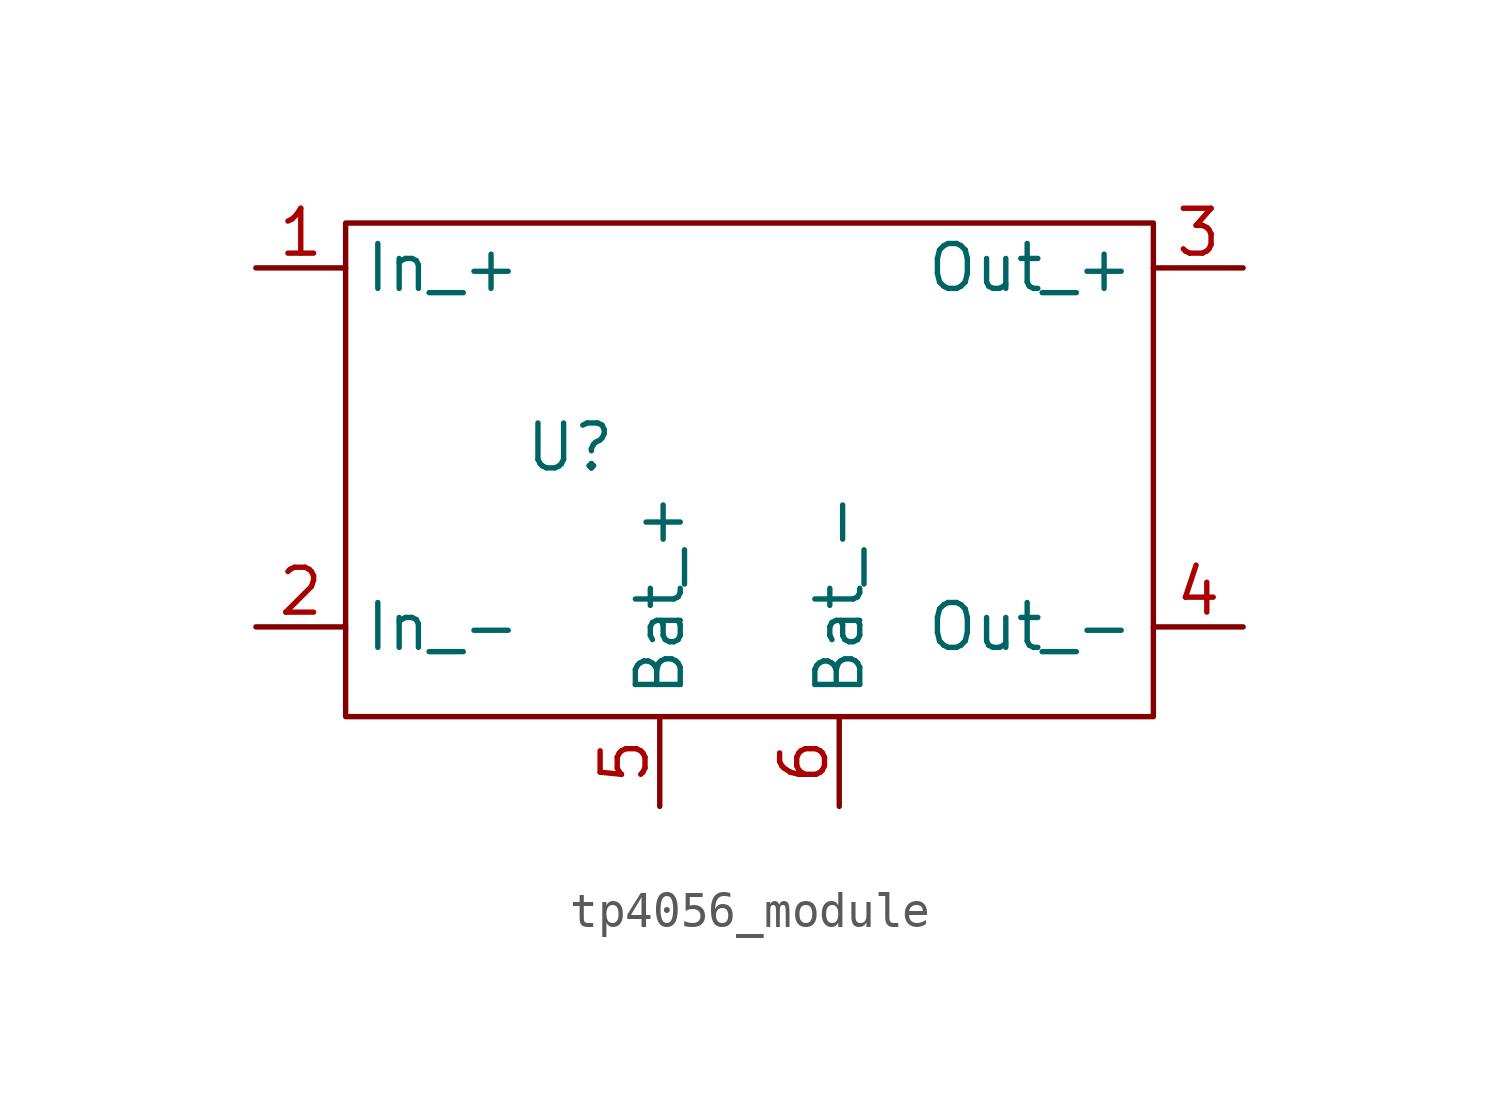
<source format=kicad_sym>
(kicad_symbol_lib
  (version 20231120)
  (generator "kicad_symbol_editor")
  (generator_version "8.0")
  (symbol "tp4056_module"
    (property "Reference" "U"
      (at 0 0 0)
      (effects (font (size 1.27 1.27))))
    (property "Value" ""
      (at 0 0 0)
      (effects (font (size 1.27 1.27))))
    (symbol "tp4056_module_0_1"
      (rectangle (start -6.35 6.35) (end 16.51 -7.62) (stroke (width 0) (type default)) (fill (type none))))
    (symbol "tp4056_module_1_1"
      (pin output line (at -8.89 5.08 0) (length 2.54) (name "In_+" (effects (font (size 1.27 1.27)))) (number "1" (effects (font (size 1.27 1.27)))))
      (pin input line (at -8.89 -5.08 0) (length 2.54) (name "In_-" (effects (font (size 1.27 1.27)))) (number "2" (effects (font (size 1.27 1.27)))))
      (pin output line (at 19.05 5.08 180) (length 2.54) (name "Out_+" (effects (font (size 1.27 1.27)))) (number "3" (effects (font (size 1.27 1.27)))))
      (pin output line (at 19.05 -5.08 180) (length 2.54) (name "Out_-" (effects (font (size 1.27 1.27)))) (number "4" (effects (font (size 1.27 1.27)))))
      (pin output line (at 2.54 -10.16 90) (length 2.54) (name "Bat_+" (effects (font (size 1.27 1.27)))) (number "5" (effects (font (size 1.27 1.27)))))
      (pin output line (at 7.62 -10.16 90) (length 2.54) (name "Bat_-" (effects (font (size 1.27 1.27)))) (number "6" (effects (font (size 1.27 1.27))))))))
</source>
